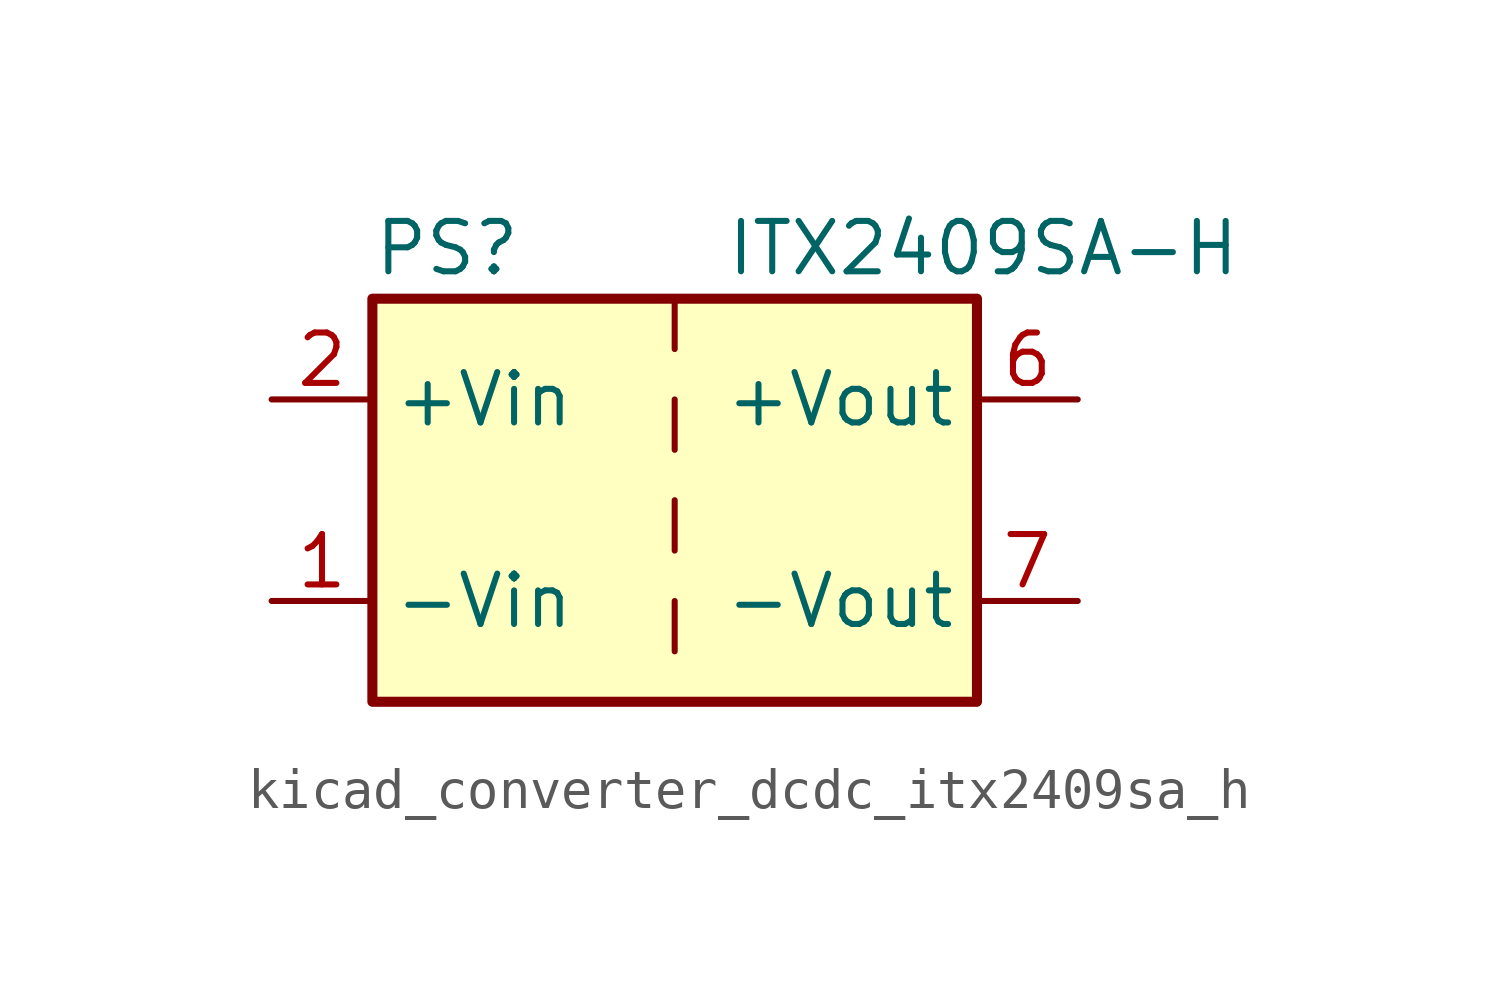
<source format=kicad_sym>
(kicad_symbol_lib
  (version 20220914)
  (generator kicad_symbol_editor)
  (symbol "kicad_converter_dcdc_itx2409sa_h"
    (property "Reference" "PS"
      (at -7.62 6.35 0)
      (effects (font (size 1.27 1.27)) (justify left)))
    (property "Value" "ITX2409SA-H"
      (at 1.27 6.35 0)
      (effects (font (size 1.27 1.27)) (justify left)))
    (symbol "kicad_converter_dcdc_itx2409sa_h_0_0"
      (pin power_in line (at -10.16 -2.54 0) (length 2.54) (name "-Vin" (effects (font (size 1.27 1.27)))) (number "1" (effects (font (size 1.27 1.27)))))
      (pin power_in line (at -10.16 2.54 0) (length 2.54) (name "+Vin" (effects (font (size 1.27 1.27)))) (number "2" (effects (font (size 1.27 1.27)))))
      (pin power_out line (at 10.16 2.54 180) (length 2.54) (name "+Vout" (effects (font (size 1.27 1.27)))) (number "6" (effects (font (size 1.27 1.27)))))
      (pin power_out line (at 10.16 -2.54 180) (length 2.54) (name "-Vout" (effects (font (size 1.27 1.27)))) (number "7" (effects (font (size 1.27 1.27)))))
      (pin no_connect line (at 7.62 0 180) (length 2.54) hide (name "NC" (effects (font (size 1.27 1.27)))) (number "8" (effects (font (size 1.27 1.27))))))
    (symbol "kicad_converter_dcdc_itx2409sa_h_0_1"
      (rectangle (start -7.62 5.08) (end 7.62 -5.08) (stroke (width 0.254) (type default)) (fill (type background)))
      (polyline (pts (xy 0 -2.54) (xy 0 -3.81)) (stroke (width 0) (type default)) (fill (type none)))
      (polyline (pts (xy 0 0) (xy 0 -1.27)) (stroke (width 0) (type default)) (fill (type none)))
      (polyline (pts (xy 0 2.54) (xy 0 1.27)) (stroke (width 0) (type default)) (fill (type none)))
      (polyline (pts (xy 0 5.08) (xy 0 3.81)) (stroke (width 0) (type default)) (fill (type none))))))
</source>
